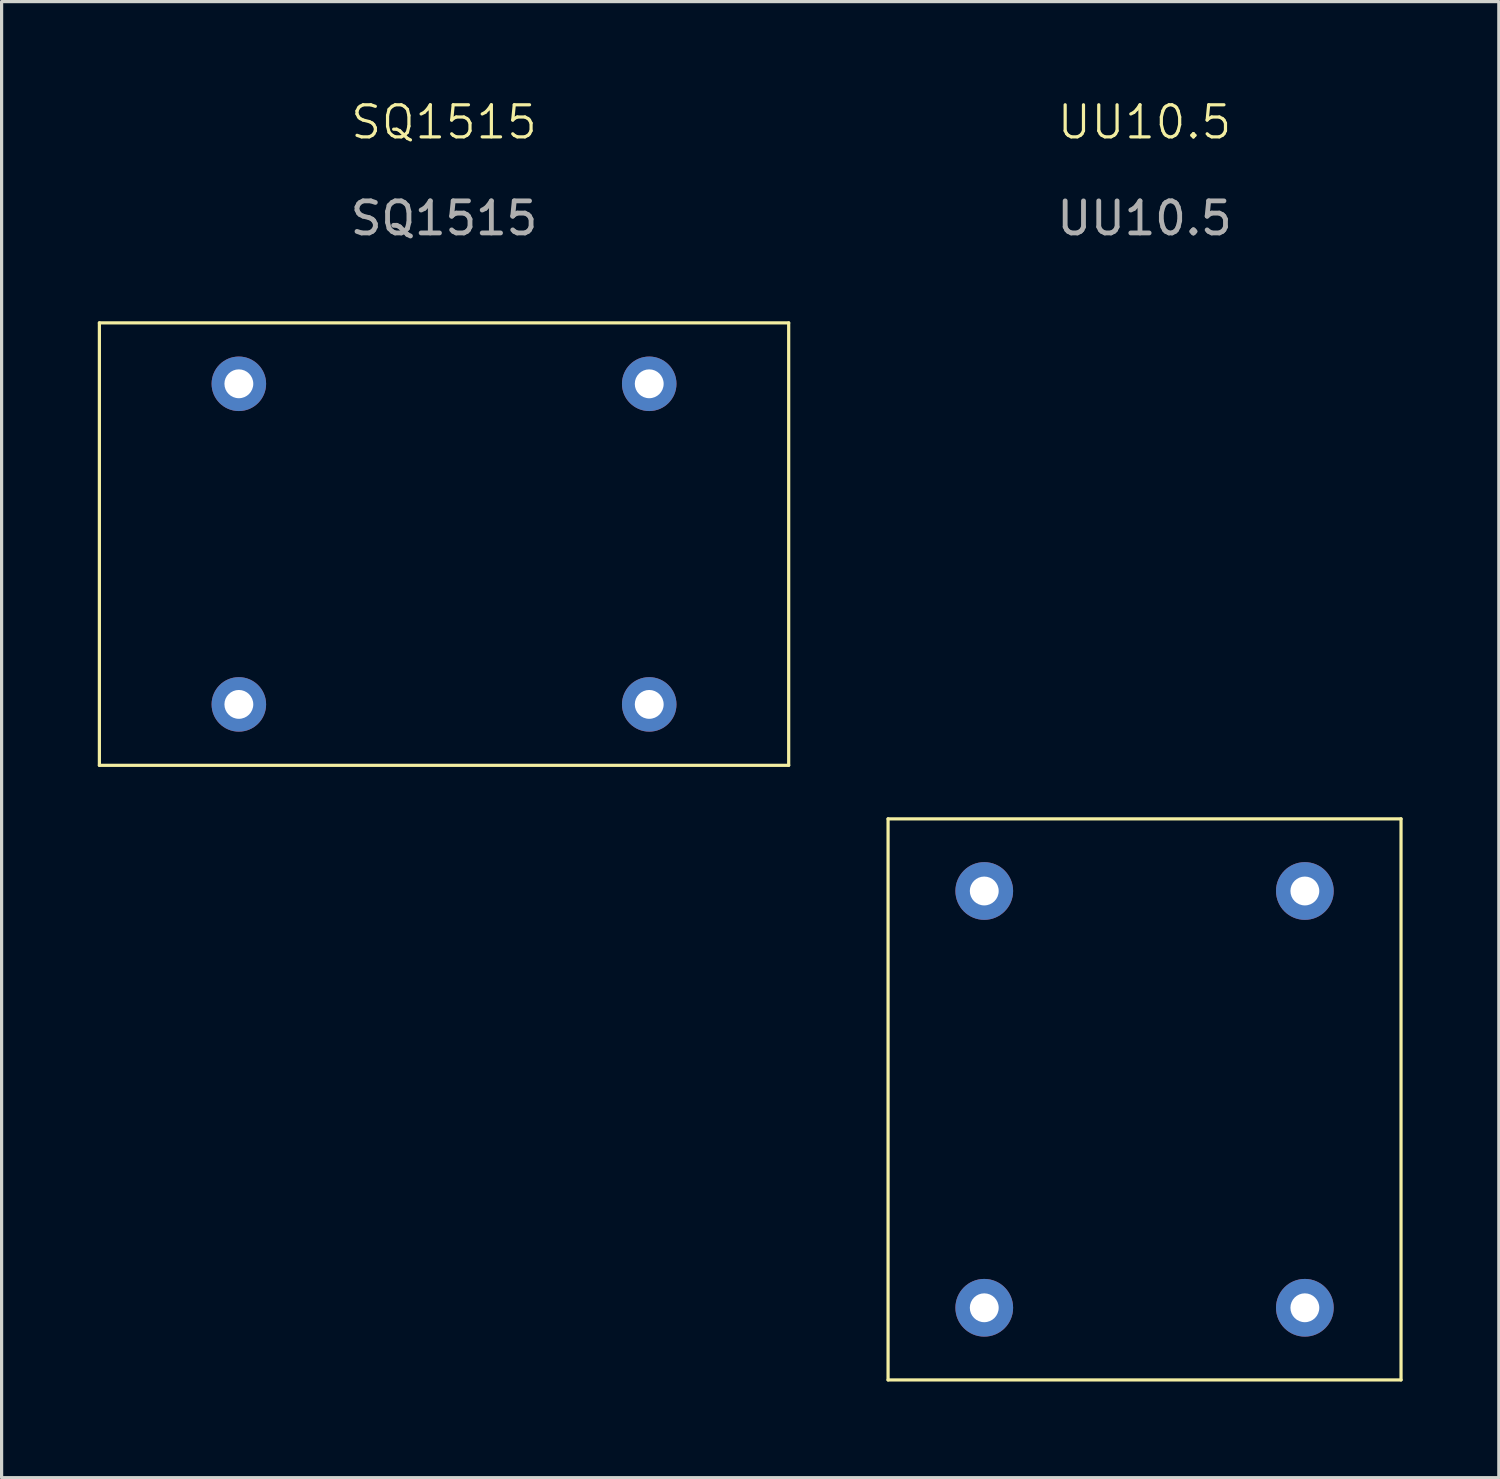
<source format=kicad_pcb>
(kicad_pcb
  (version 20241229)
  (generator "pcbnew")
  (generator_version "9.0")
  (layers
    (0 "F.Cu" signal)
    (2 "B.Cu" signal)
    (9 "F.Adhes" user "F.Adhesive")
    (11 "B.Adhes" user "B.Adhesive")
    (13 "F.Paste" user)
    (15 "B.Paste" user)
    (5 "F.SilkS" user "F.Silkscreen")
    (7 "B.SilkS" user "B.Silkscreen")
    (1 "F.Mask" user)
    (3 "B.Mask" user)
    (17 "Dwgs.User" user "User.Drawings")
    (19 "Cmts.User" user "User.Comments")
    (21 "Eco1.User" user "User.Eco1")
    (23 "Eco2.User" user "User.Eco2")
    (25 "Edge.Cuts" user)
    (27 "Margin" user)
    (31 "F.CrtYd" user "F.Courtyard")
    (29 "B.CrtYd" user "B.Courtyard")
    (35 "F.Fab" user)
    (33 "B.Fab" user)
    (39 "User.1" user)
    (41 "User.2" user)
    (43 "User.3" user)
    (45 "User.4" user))
  (footprint "UU10.5"
    (layer "F.Cu")
    (at 32.65 31.241)
    (property "Reference" "UU10.5" (at 0 -30.48 0) (unlocked yes) (layer "F.SilkS") (effects (font (size 1 1) (thickness 0.1))))
    (attr through_hole)
    (fp_line (start -8 -8.75) (end -8 8.75) (stroke (width 0.1) (type default)) (layer "F.SilkS"))
    (fp_line (start -8 -8.75) (end 8 -8.75) (stroke (width 0.1) (type default)) (layer "F.SilkS"))
    (fp_line (start -8 8.75) (end 8 8.75) (stroke (width 0.1) (type default)) (layer "F.SilkS"))
    (fp_line (start 8 -8.75) (end 8 8.75) (stroke (width 0.1) (type default)) (layer "F.SilkS"))
    (fp_text user "${REFERENCE}" (at 0 -27.48 0) (unlocked yes) (layer "F.Fab") (effects (font (size 1 1) (thickness 0.15))))
    (pad "1" thru_hole circle (at -5 -6.5) (size 1.8 1.8) (drill 0.9) (layers "*.Cu" "*.Mask"))
    (pad "2" thru_hole circle (at -5 6.5) (size 1.8 1.8) (drill 0.9) (layers "*.Cu" "*.Mask"))
    (pad "3" thru_hole circle (at 5 -6.5) (size 1.8 1.8) (drill 0.9) (layers "*.Cu" "*.Mask"))
    (pad "4" thru_hole circle (at 5 6.5) (size 1.8 1.8) (drill 0.9) (layers "*.Cu" "*.Mask")))
  (footprint "SQ1515"
    (layer "F.Cu")
    (at 10.8 13.921)
    (property "Reference" "SQ1515" (at 0 -13.16 0) (unlocked yes) (layer "F.SilkS") (effects (font (size 1 1) (thickness 0.1))))
    (attr through_hole)
    (fp_line (start -10.75 -6.9) (end 10.75 -6.9) (stroke (width 0.1) (type default)) (layer "F.SilkS"))
    (fp_line (start -10.75 6.9) (end -10.75 -6.9) (stroke (width 0.1) (type default)) (layer "F.SilkS"))
    (fp_line (start 10.75 -6.9) (end 10.75 6.9) (stroke (width 0.1) (type default)) (layer "F.SilkS"))
    (fp_line (start 10.75 6.9) (end -10.75 6.9) (stroke (width 0.1) (type default)) (layer "F.SilkS"))
    (fp_text user "${REFERENCE}" (at 0 -10.16 0) (unlocked yes) (layer "F.Fab") (effects (font (size 1 1) (thickness 0.15))))
    (pad "1" thru_hole circle (at -6.4 -5) (size 1.7 1.7) (drill 0.9) (layers "*.Cu" "*.Mask"))
    (pad "2" thru_hole circle (at 6.4 -5) (size 1.7 1.7) (drill 0.9) (layers "*.Cu" "*.Mask"))
    (pad "3" thru_hole circle (at -6.4 5) (size 1.7 1.7) (drill 0.9) (layers "*.Cu" "*.Mask"))
    (pad "4" thru_hole circle (at 6.4 5) (size 1.7 1.7) (drill 0.9) (layers "*.Cu" "*.Mask")))
  (gr_rect
    (start -3 -3)
    (end 43.7 43.041)
    (stroke (width 0.1) (type default))
    (fill no)
    (layer "Edge.Cuts")))
</source>
